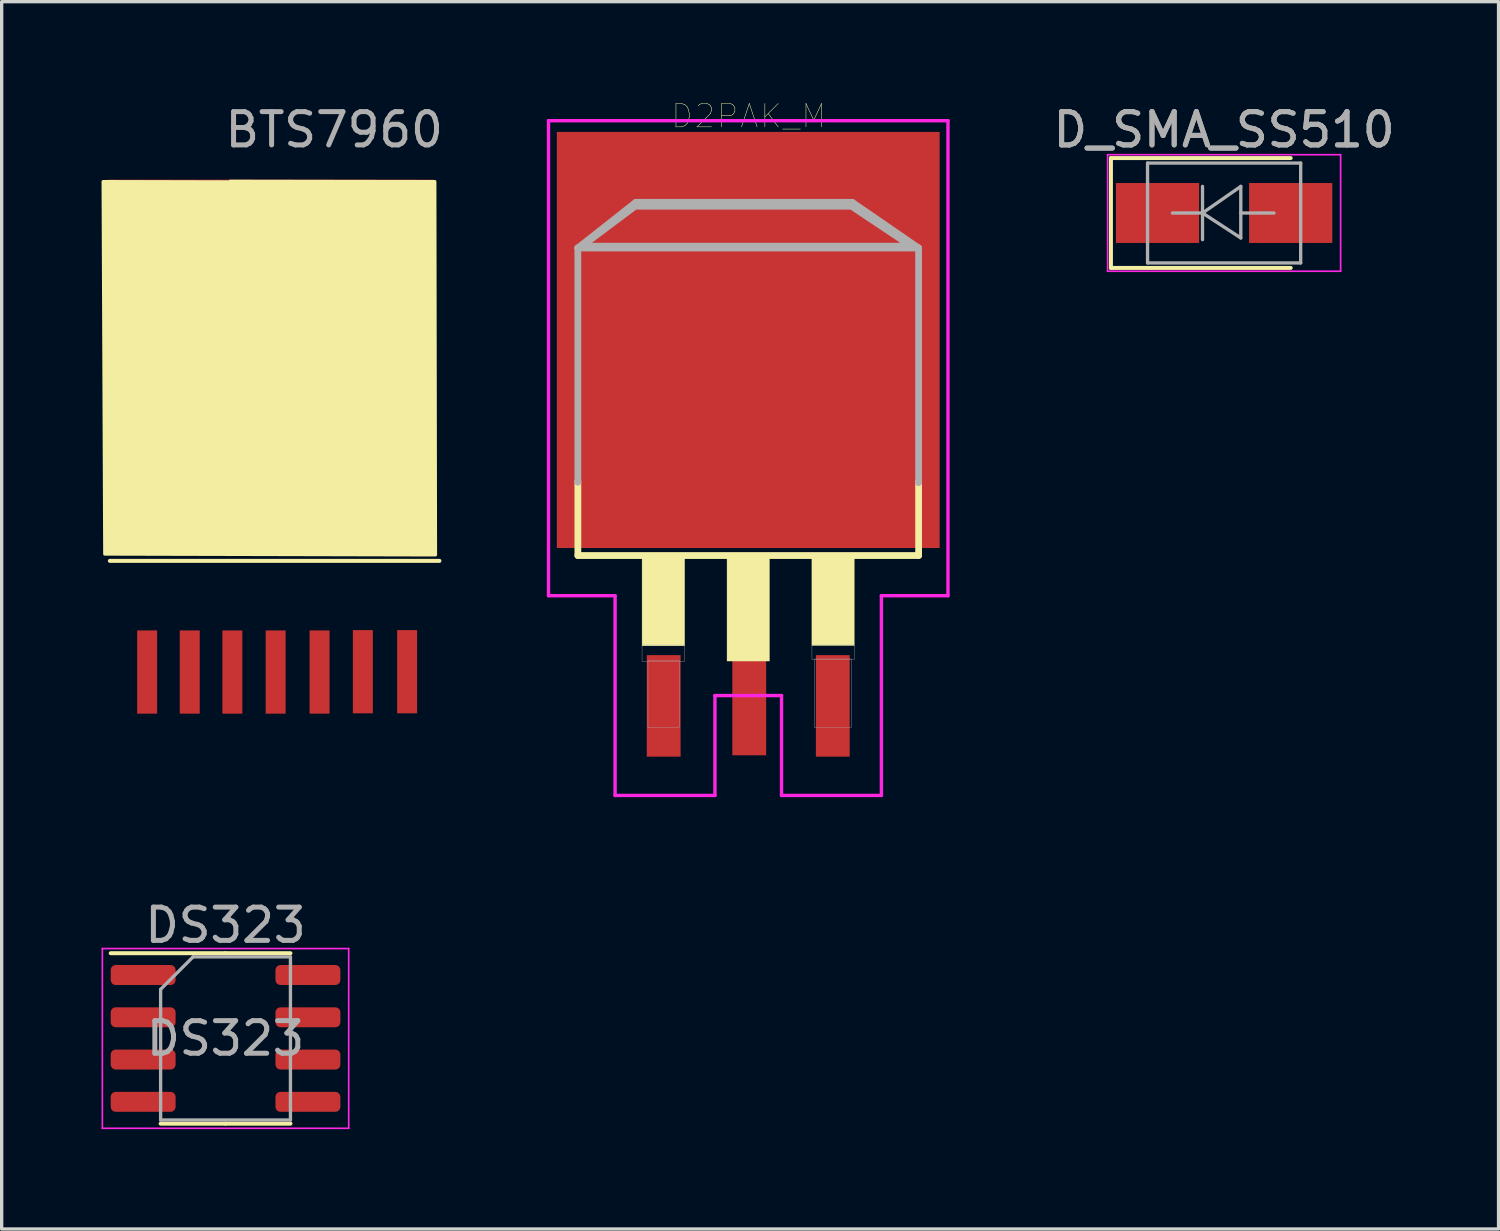
<source format=kicad_pcb>
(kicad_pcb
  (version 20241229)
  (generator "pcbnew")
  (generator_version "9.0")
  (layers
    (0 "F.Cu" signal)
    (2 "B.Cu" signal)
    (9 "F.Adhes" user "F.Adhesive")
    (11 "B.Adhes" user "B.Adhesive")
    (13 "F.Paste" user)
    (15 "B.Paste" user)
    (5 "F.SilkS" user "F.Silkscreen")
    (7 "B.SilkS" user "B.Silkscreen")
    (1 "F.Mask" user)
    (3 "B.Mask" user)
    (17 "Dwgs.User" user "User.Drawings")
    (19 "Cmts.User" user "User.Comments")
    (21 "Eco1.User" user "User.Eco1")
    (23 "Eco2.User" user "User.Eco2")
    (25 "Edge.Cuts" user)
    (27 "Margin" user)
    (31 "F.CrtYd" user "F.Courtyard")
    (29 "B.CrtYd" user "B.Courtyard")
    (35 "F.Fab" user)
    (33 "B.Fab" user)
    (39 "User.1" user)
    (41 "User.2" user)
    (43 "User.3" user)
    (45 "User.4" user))
  (footprint "D_SMA_SS510"
    (layer "F.Cu")
    (at 33.722 3.348)
    (property "Reference" "D_SMA_SS510" (at 0 -2.5 0) (layer "F.Fab") (effects (font (size 1 1) (thickness 0.15))))
    (attr smd)
    (fp_line (start -3.4 -1.65) (end -3.4 1.65) (stroke (width 0.12) (type solid)) (layer "F.SilkS"))
    (fp_line (start -3.4 -1.65) (end 2 -1.65) (stroke (width 0.12) (type solid)) (layer "F.SilkS"))
    (fp_line (start -3.4 1.65) (end 2 1.65) (stroke (width 0.12) (type solid)) (layer "F.SilkS"))
    (fp_line (start -3.5 -1.75) (end 3.5 -1.75) (stroke (width 0.05) (type solid)) (layer "F.CrtYd"))
    (fp_line (start -3.5 1.75) (end -3.5 -1.75) (stroke (width 0.05) (type solid)) (layer "F.CrtYd"))
    (fp_line (start 3.5 -1.75) (end 3.5 1.75) (stroke (width 0.05) (type solid)) (layer "F.CrtYd"))
    (fp_line (start 3.5 1.75) (end -3.5 1.75) (stroke (width 0.05) (type solid)) (layer "F.CrtYd"))
    (fp_line (start -2.3 1.5) (end -2.3 -1.5) (stroke (width 0.1) (type solid)) (layer "F.Fab"))
    (fp_line (start -0.649 -0.799) (end -0.649 0.801) (stroke (width 0.1) (type solid)) (layer "F.Fab"))
    (fp_line (start -0.649 0.001) (end -1.551 0.001) (stroke (width 0.1) (type solid)) (layer "F.Fab"))
    (fp_line (start -0.649 0.001) (end 0.501 -0.799) (stroke (width 0.1) (type solid)) (layer "F.Fab"))
    (fp_line (start -0.649 0.001) (end 0.501 0.75) (stroke (width 0.1) (type solid)) (layer "F.Fab"))
    (fp_line (start 0.501 0.001) (end 1.499 0.001) (stroke (width 0.1) (type solid)) (layer "F.Fab"))
    (fp_line (start 0.501 0.75) (end 0.501 -0.799) (stroke (width 0.1) (type solid)) (layer "F.Fab"))
    (fp_line (start 2.3 -1.5) (end -2.3 -1.5) (stroke (width 0.1) (type solid)) (layer "F.Fab"))
    (fp_line (start 2.3 -1.5) (end 2.3 1.5) (stroke (width 0.1) (type solid)) (layer "F.Fab"))
    (fp_line (start 2.3 1.5) (end -2.3 1.5) (stroke (width 0.1) (type solid)) (layer "F.Fab"))
    (fp_text user "${REFERENCE}" (at 0 -2.5 0) (layer "F.Fab") (effects (font (size 1 1) (thickness 0.15))))
    (pad "1" smd rect (at -2 0) (size 2.5 1.8) (layers "F.Cu" "F.Mask" "F.Paste"))
    (pad "2" smd rect (at 2 0) (size 2.5 1.8) (layers "F.Cu" "F.Mask" "F.Paste")))
  (footprint "DS323"
    (layer "F.Cu")
    (at 3.725 28.144)
    (property "Reference" "DS323" (at 0 -3.4 0) (layer "F.Fab") (effects (font (size 1 1) (thickness 0.15))))
    (attr smd)
    (fp_line (start 0 -2.56) (end -3.45 -2.56) (stroke (width 0.12) (type solid)) (layer "F.SilkS"))
    (fp_line (start 0 -2.56) (end 1.95 -2.56) (stroke (width 0.12) (type solid)) (layer "F.SilkS"))
    (fp_line (start 0 2.56) (end -1.95 2.56) (stroke (width 0.12) (type solid)) (layer "F.SilkS"))
    (fp_line (start 0 2.56) (end 1.95 2.56) (stroke (width 0.12) (type solid)) (layer "F.SilkS"))
    (fp_line (start -3.7 -2.7) (end -3.7 2.7) (stroke (width 0.05) (type solid)) (layer "F.CrtYd"))
    (fp_line (start -3.7 2.7) (end 3.7 2.7) (stroke (width 0.05) (type solid)) (layer "F.CrtYd"))
    (fp_line (start 3.7 -2.7) (end -3.7 -2.7) (stroke (width 0.05) (type solid)) (layer "F.CrtYd"))
    (fp_line (start 3.7 2.7) (end 3.7 -2.7) (stroke (width 0.05) (type solid)) (layer "F.CrtYd"))
    (fp_line (start -1.95 -1.475) (end -0.975 -2.45) (stroke (width 0.1) (type solid)) (layer "F.Fab"))
    (fp_line (start -1.95 2.45) (end -1.95 -1.475) (stroke (width 0.1) (type solid)) (layer "F.Fab"))
    (fp_line (start -0.975 -2.45) (end 1.95 -2.45) (stroke (width 0.1) (type solid)) (layer "F.Fab"))
    (fp_line (start 1.95 -2.45) (end 1.95 2.45) (stroke (width 0.1) (type solid)) (layer "F.Fab"))
    (fp_line (start 1.95 2.45) (end -1.95 2.45) (stroke (width 0.1) (type solid)) (layer "F.Fab"))
    (fp_text user "${REFERENCE}" (at 0 0 0) (layer "F.Fab") (effects (font (size 0.98 0.98) (thickness 0.15))))
    (pad "1" smd roundrect (at -2.475 -1.905) (size 1.95 0.6) (layers "F.Cu" "F.Mask" "F.Paste") (roundrect_rratio 0.25))
    (pad "2" smd roundrect (at -2.475 -0.635) (size 1.95 0.6) (layers "F.Cu" "F.Mask" "F.Paste") (roundrect_rratio 0.25))
    (pad "3" smd roundrect (at -2.475 0.635) (size 1.95 0.6) (layers "F.Cu" "F.Mask" "F.Paste") (roundrect_rratio 0.25))
    (pad "4" smd roundrect (at -2.475 1.905) (size 1.95 0.6) (layers "F.Cu" "F.Mask" "F.Paste") (roundrect_rratio 0.25))
    (pad "5" smd roundrect (at 2.475 1.905) (size 1.95 0.6) (layers "F.Cu" "F.Mask" "F.Paste") (roundrect_rratio 0.25))
    (pad "6" smd roundrect (at 2.475 0.635) (size 1.95 0.6) (layers "F.Cu" "F.Mask" "F.Paste") (roundrect_rratio 0.25))
    (pad "7" smd roundrect (at 2.475 -0.635) (size 1.95 0.6) (layers "F.Cu" "F.Mask" "F.Paste") (roundrect_rratio 0.25))
    (pad "8" smd roundrect (at 2.475 -1.905) (size 1.95 0.6) (layers "F.Cu" "F.Mask" "F.Paste") (roundrect_rratio 0.25)))
  (footprint "D2PAK_M"
    (layer "F.Cu")
    (at 19.427 6.845)
    (property "Reference" "D2PAK_M" (at 0.015 -6.408 0) (layer "F.SilkS") (effects (font (size 0.701 0.701) (thickness 0.015))))
    (attr through_hole)
    (fp_line (start -5.118 6.793) (end -5.118 4.561) (stroke (width 0.203) (type solid)) (layer "F.SilkS"))
    (fp_line (start -5.118 6.793) (end 5.118 6.793) (stroke (width 0.203) (type solid)) (layer "F.SilkS"))
    (fp_line (start 5.118 6.793) (end 5.118 4.561) (stroke (width 0.203) (type solid)) (layer "F.SilkS"))
    (fp_poly (pts (xy -3.189 6.784) (xy -1.911 6.784) (xy -1.911 9.505) (xy -3.189 9.505)) (stroke (width 0.01) (type solid)) (fill yes) (layer "F.SilkS"))
    (fp_poly (pts (xy -0.637 6.784) (xy 0.637 6.784) (xy 0.637 9.963) (xy -0.637 9.963)) (stroke (width 0.01) (type solid)) (fill yes) (layer "F.SilkS"))
    (fp_poly (pts (xy 1.912 6.784) (xy 3.185 6.784) (xy 3.185 9.495) (xy 1.912 9.495)) (stroke (width 0.01) (type solid)) (fill yes) (layer "F.SilkS"))
    (fp_line (start -6 -6.27) (end 6 -6.27) (stroke (width 0.102) (type solid)) (layer "F.CrtYd"))
    (fp_line (start -6 8) (end -6 -6.27) (stroke (width 0.102) (type solid)) (layer "F.CrtYd"))
    (fp_line (start -4 8) (end -6 8) (stroke (width 0.102) (type solid)) (layer "F.CrtYd"))
    (fp_line (start -4 14) (end -4 8) (stroke (width 0.102) (type solid)) (layer "F.CrtYd"))
    (fp_line (start -1 11) (end -1 14) (stroke (width 0.102) (type solid)) (layer "F.CrtYd"))
    (fp_line (start -1 14) (end -4 14) (stroke (width 0.102) (type solid)) (layer "F.CrtYd"))
    (fp_line (start 1 11) (end -1 11) (stroke (width 0.102) (type solid)) (layer "F.CrtYd"))
    (fp_line (start 1 14) (end 1 11) (stroke (width 0.102) (type solid)) (layer "F.CrtYd"))
    (fp_line (start 4 8) (end 4 14) (stroke (width 0.102) (type solid)) (layer "F.CrtYd"))
    (fp_line (start 4 14) (end 1 14) (stroke (width 0.102) (type solid)) (layer "F.CrtYd"))
    (fp_line (start 6 -6.27) (end 6 8) (stroke (width 0.102) (type solid)) (layer "F.CrtYd"))
    (fp_line (start 6 8) (end 4 8) (stroke (width 0.102) (type solid)) (layer "F.CrtYd"))
    (fp_line (start -5.118 -2.445) (end -5.118 4.592) (stroke (width 0.203) (type solid)) (layer "F.Fab"))
    (fp_line (start -5.118 -2.445) (end 5.118 -2.445) (stroke (width 0.203) (type solid)) (layer "F.Fab"))
    (fp_line (start -5.116 -2.448) (end -5.118 -2.445) (stroke (width 0.203) (type solid)) (layer "F.Fab"))
    (fp_line (start -3.378 -3.817) (end -5.116 -2.448) (stroke (width 0.203) (type solid)) (layer "F.Fab"))
    (fp_line (start 3.124 -3.817) (end -3.378 -3.817) (stroke (width 0.203) (type solid)) (layer "F.Fab"))
    (fp_line (start 5.118 -2.445) (end 3.124 -3.817) (stroke (width 0.203) (type solid)) (layer "F.Fab"))
    (fp_line (start 5.118 4.605) (end 5.118 -2.445) (stroke (width 0.203) (type solid)) (layer "F.Fab"))
    (fp_poly (pts (xy -3.4 -3.7) (xy 3.1 -3.7) (xy 4.9 -2.5) (xy -5 -2.5)) (stroke (width 0.203) (type solid)) (fill no) (layer "F.Fab"))
    (fp_poly (pts (xy -3.19 9.48) (xy -1.911 9.48) (xy -1.911 9.976) (xy -3.19 9.976)) (stroke (width 0.01) (type solid)) (fill no) (layer "F.Fab"))
    (fp_poly (pts (xy -3.012 9.946) (xy -2.074 9.946) (xy -2.074 11.958) (xy -3.012 11.958)) (stroke (width 0.01) (type solid)) (fill no) (layer "F.Fab"))
    (fp_poly (pts (xy 1.914 9.48) (xy 3.185 9.48) (xy 3.185 9.918) (xy 1.914 9.918)) (stroke (width 0.01) (type solid)) (fill no) (layer "F.Fab"))
    (fp_poly (pts (xy 1.984 9.9) (xy 3.099 9.9) (xy 3.099 11.956) (xy 1.984 11.956)) (stroke (width 0.01) (type solid)) (fill no) (layer "F.Fab"))
    (pad "1" smd rect (at -2.54 11.31) (size 1.016 3.05) (layers "F.Cu" "F.Mask" "F.Paste"))
    (pad "2" smd rect (at 0 0.318) (size 11.5 12.5) (layers "F.Cu" "F.Mask" "F.Paste"))
    (pad "2" smd rect (at 0.03 11.269) (size 1.016 3.05) (layers "F.Cu" "F.Mask" "F.Paste"))
    (pad "3" smd rect (at 2.54 11.31) (size 1.016 3.05) (layers "F.Cu" "F.Mask" "F.Paste")))
  (footprint "BTS7960"
    (layer "F.Cu")
    (at 6.99 0.348)
    (property "Reference" "BTS7960" (at 0 0.5 0) (layer "F.Fab") (effects (font (size 1 1) (thickness 0.15))))
    (attr through_hole)
    (fp_line (start -6.74 13.45) (end 3.16 13.45) (stroke (width 0.12) (type solid)) (layer "F.SilkS"))
    (fp_poly (pts (xy 3.04 13.269) (xy -6.891 13.244) (xy -6.94 2.059) (xy -3.05 2.069) (xy -3.13 2.049) (xy 3.02 2.059)) (stroke (width 0.1) (type solid)) (fill yes) (layer "F.SilkS"))
    (pad "1" smd rect (at -5.62 16.79) (size 0.6 2.5) (layers "F.Cu" "F.Mask" "F.Paste"))
    (pad "2" smd rect (at -4.34 16.79) (size 0.6 2.5) (layers "F.Cu" "F.Mask" "F.Paste"))
    (pad "3" smd rect (at -3.06 16.79) (size 0.6 2.5) (layers "F.Cu" "F.Mask" "F.Paste"))
    (pad "4" smd rect (at -1.76 16.79) (size 0.6 2.5) (layers "F.Cu" "F.Mask" "F.Paste"))
    (pad "5" smd rect (at -0.44 16.79) (size 0.6 2.5) (layers "F.Cu" "F.Mask" "F.Paste"))
    (pad "6" smd rect (at 0.86 16.78) (size 0.6 2.5) (layers "F.Cu" "F.Mask" "F.Paste"))
    (pad "7" smd rect (at 2.19 16.78) (size 0.6 2.5) (layers "F.Cu" "F.Mask" "F.Paste"))
    (pad "8" smd rect (at -1.91 5.75) (size 9.8 7.5) (layers "F.Cu" "F.Mask" "F.Paste")))
  (gr_rect
    (start -3 -3)
    (end 41.966 33.869)
    (stroke (width 0.1) (type default))
    (fill no)
    (layer "Edge.Cuts")))
</source>
